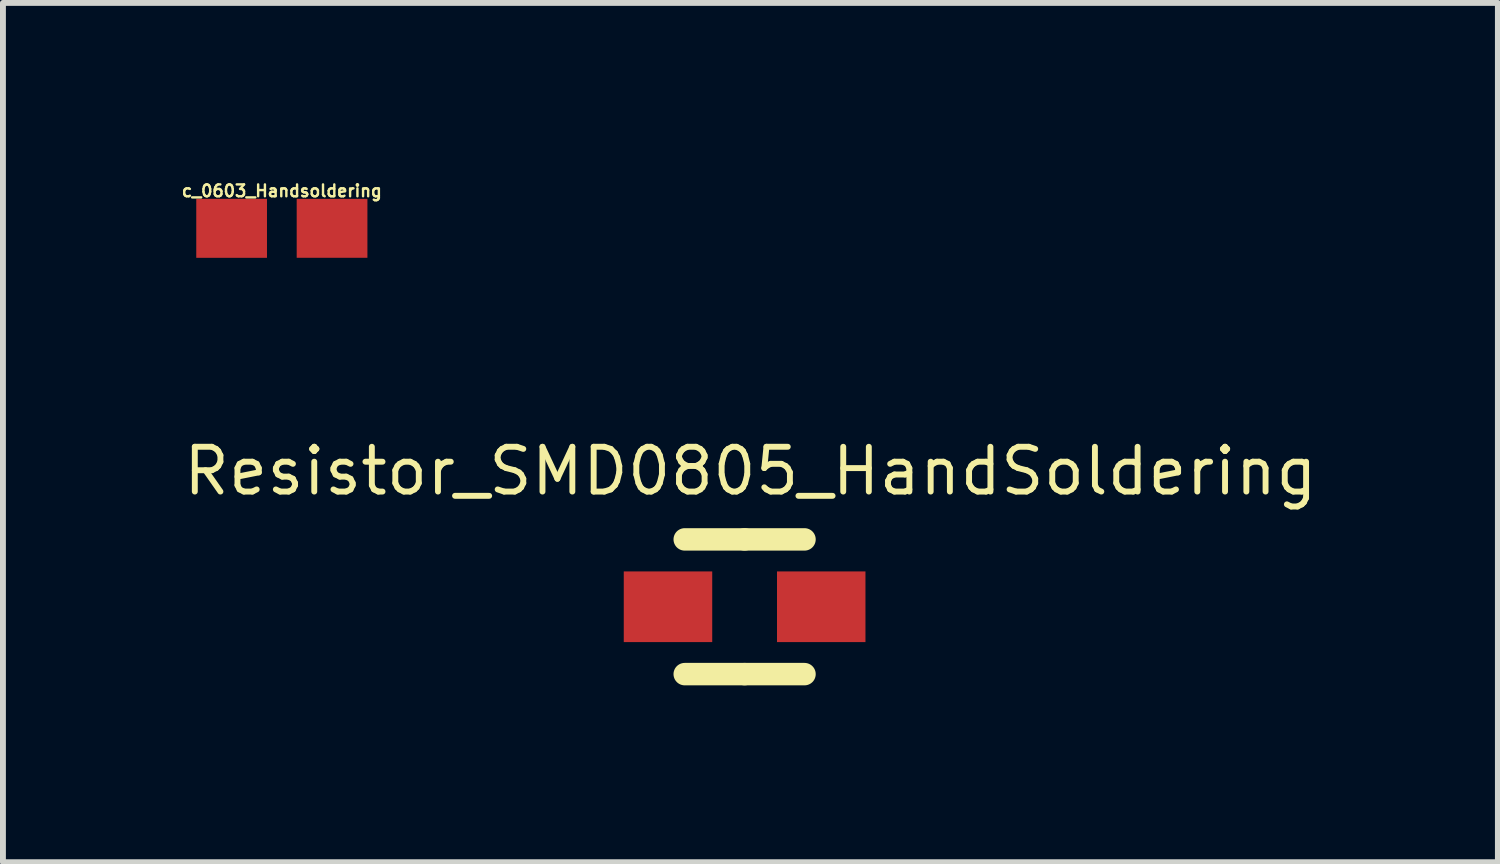
<source format=kicad_pcb>
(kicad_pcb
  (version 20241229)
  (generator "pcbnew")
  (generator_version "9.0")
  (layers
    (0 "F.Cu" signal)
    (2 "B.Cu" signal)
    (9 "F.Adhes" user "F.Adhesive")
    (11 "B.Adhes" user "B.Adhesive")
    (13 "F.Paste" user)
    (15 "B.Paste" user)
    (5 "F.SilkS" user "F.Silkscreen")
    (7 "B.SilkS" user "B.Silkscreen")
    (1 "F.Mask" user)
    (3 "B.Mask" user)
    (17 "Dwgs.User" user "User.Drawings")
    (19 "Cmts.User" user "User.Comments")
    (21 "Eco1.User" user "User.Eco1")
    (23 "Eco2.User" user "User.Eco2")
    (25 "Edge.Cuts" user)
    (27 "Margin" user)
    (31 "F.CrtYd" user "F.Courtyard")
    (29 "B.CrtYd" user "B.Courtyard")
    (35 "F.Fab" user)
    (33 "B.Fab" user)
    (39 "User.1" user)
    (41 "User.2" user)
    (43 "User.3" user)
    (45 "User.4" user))
  (footprint "c_0603_Handsoldering"
    (layer "F.Cu")
    (at 1.732 0.824)
    (property "Reference" "c_0603_Handsoldering" (at 0 -0.635 0) (layer "F.SilkS") (effects (font (size 0.201 0.201) (thickness 0.041))))
    (attr through_hole)
    (pad "1" smd rect (at 0.752 0) (size 1.2 1) (drill (offset 0.1 0)) (layers "F.Cu" "F.Mask" "F.Paste"))
    (pad "2" smd rect (at -0.752 0) (size 1.2 1.001) (drill (offset -0.1 0)) (layers "F.Cu" "F.Mask" "F.Paste")))
  (footprint "Resistor_SMD0805_HandSoldering"
    (layer "F.Cu")
    (at 9.584 7.245)
    (property "Reference" "Resistor_SMD0805_HandSoldering" (at 0.099 -2.301 0) (layer "F.SilkS") (effects (font (size 0.76 0.76) (thickness 0.1))))
    (attr smd)
    (fp_line (start 0 -1.143) (end -1.016 -1.143) (stroke (width 0.381) (type solid)) (layer "F.SilkS"))
    (fp_line (start 0 -1.143) (end 1.016 -1.143) (stroke (width 0.381) (type solid)) (layer "F.SilkS"))
    (fp_line (start 0 1.143) (end -1.016 1.143) (stroke (width 0.381) (type solid)) (layer "F.SilkS"))
    (fp_line (start 0 1.143) (end 1.016 1.143) (stroke (width 0.381) (type solid)) (layer "F.SilkS"))
    (pad "1" smd rect (at -1.3 0) (size 1.501 1.199) (layers "F.Cu" "F.Mask" "F.Paste"))
    (pad "2" smd rect (at 1.3 0) (size 1.501 1.199) (layers "F.Cu" "F.Mask" "F.Paste")))
  (gr_rect
    (start -3 -3)
    (end 22.365 11.579)
    (stroke (width 0.1) (type default))
    (fill no)
    (layer "Edge.Cuts")))
</source>
